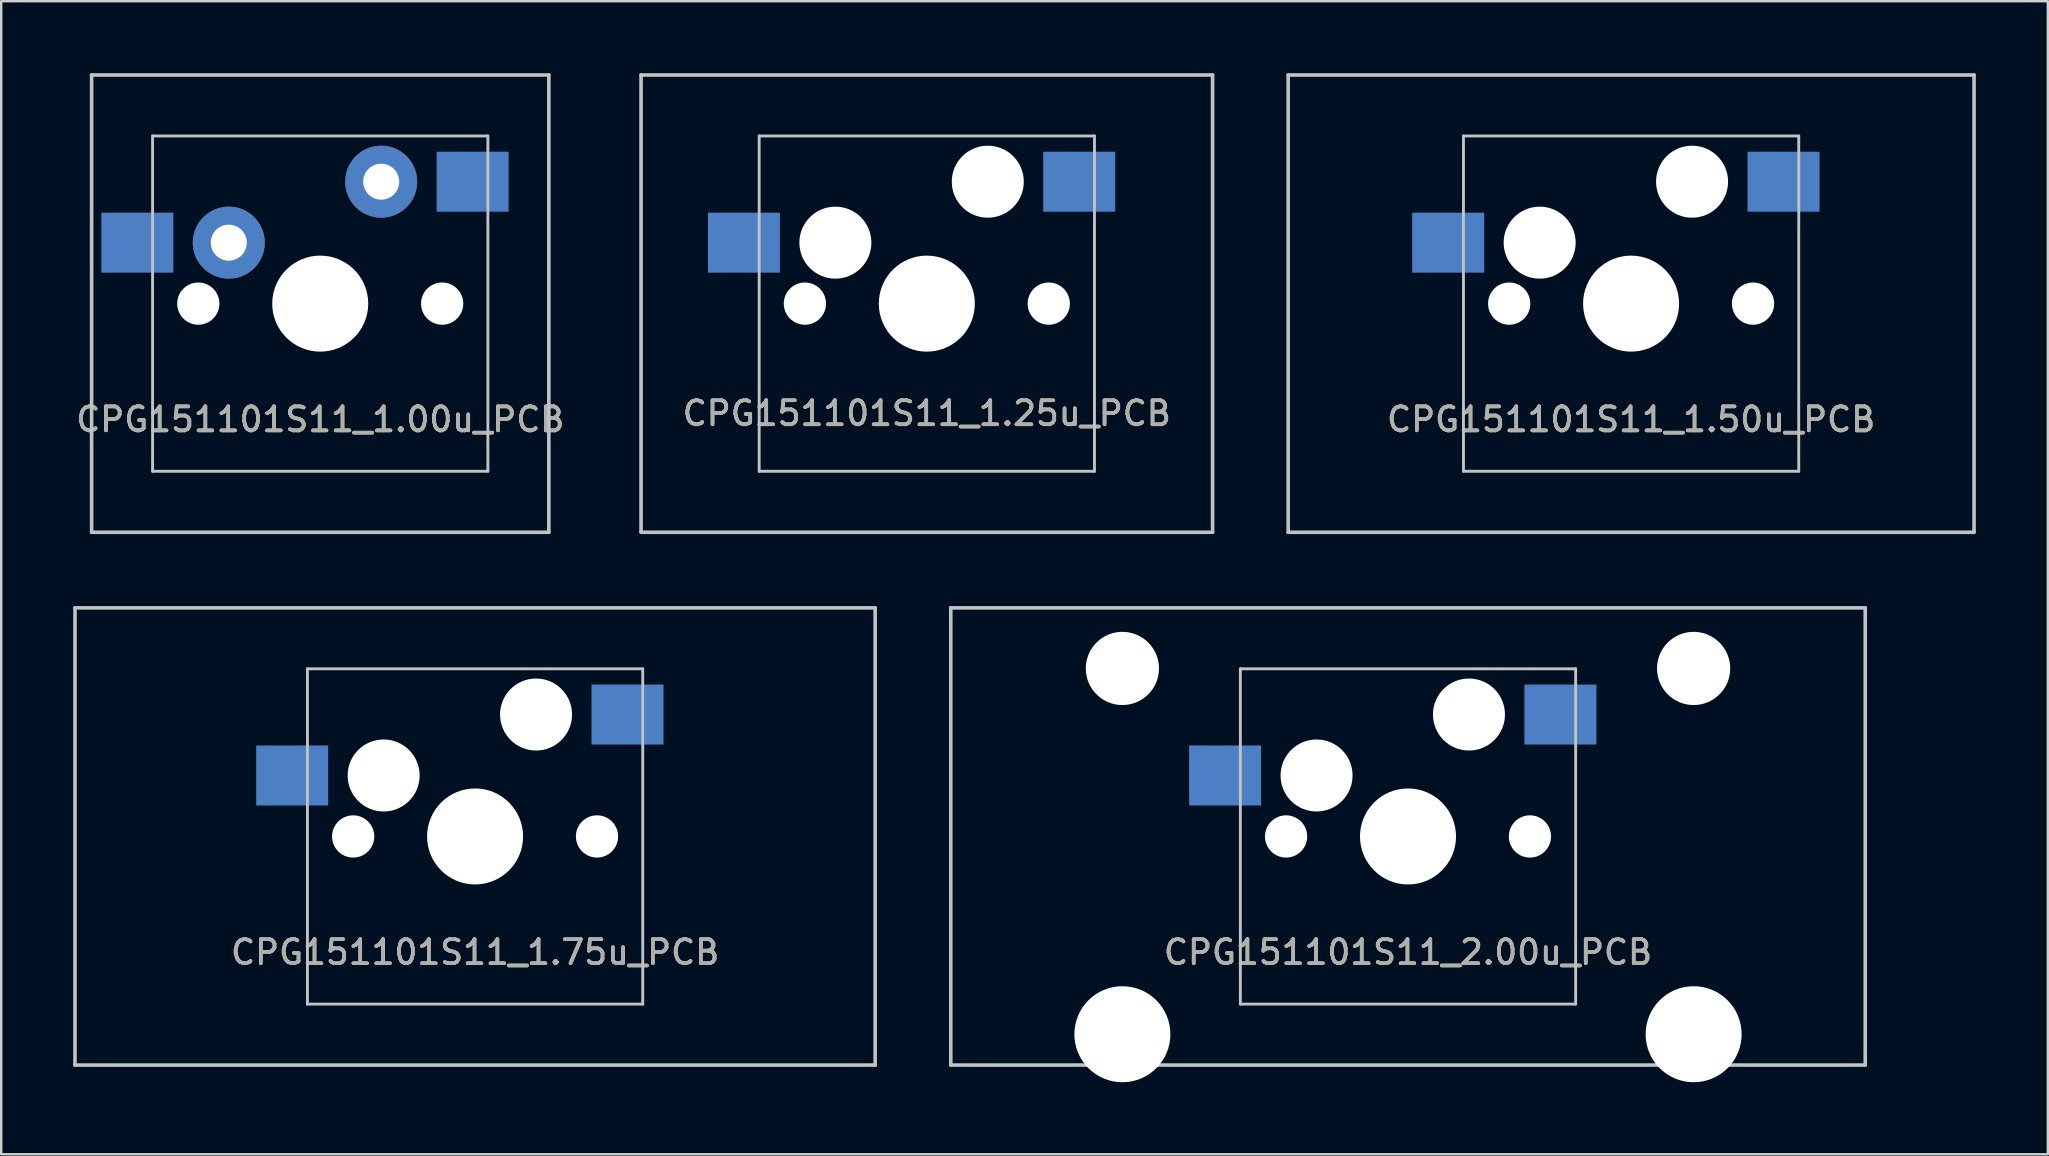
<source format=kicad_pcb>
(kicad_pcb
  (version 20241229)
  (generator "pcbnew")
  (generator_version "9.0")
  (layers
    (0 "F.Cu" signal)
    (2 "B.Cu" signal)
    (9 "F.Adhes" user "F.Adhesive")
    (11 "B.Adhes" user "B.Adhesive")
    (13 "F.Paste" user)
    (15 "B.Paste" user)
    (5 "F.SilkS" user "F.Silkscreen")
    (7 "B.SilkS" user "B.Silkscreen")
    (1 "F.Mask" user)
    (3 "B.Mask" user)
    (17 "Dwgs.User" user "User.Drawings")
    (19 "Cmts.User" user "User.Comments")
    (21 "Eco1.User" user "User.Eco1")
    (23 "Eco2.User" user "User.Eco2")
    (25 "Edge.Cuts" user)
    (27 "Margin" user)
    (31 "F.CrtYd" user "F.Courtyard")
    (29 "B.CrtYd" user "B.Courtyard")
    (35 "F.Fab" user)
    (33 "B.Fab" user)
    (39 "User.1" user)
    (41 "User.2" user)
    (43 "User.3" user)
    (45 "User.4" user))
  (footprint "CPG151101S11_1.25u_PCB"
    (layer "F.Cu")
    (at 38.105 4.52)
    (property "Reference" "CPG151101S11_1.25u_PCB" (at -2.54 9.652 0) (layer "F.SilkS") (effects (font (size 1 1) (thickness 0.15))))
    (attr through_hole)
    (fp_line (start -14.446 -4.445) (end 9.366 -4.445) (stroke (width 0.15) (type solid)) (layer "Dwgs.User"))
    (fp_line (start -14.446 14.605) (end -14.446 -4.445) (stroke (width 0.15) (type solid)) (layer "Dwgs.User"))
    (fp_line (start -9.525 -1.905) (end 4.445 -1.905) (stroke (width 0.12) (type solid)) (layer "Dwgs.User"))
    (fp_line (start -9.525 12.065) (end -9.525 -1.905) (stroke (width 0.12) (type solid)) (layer "Dwgs.User"))
    (fp_line (start 4.445 -1.905) (end 4.445 12.065) (stroke (width 0.12) (type solid)) (layer "Dwgs.User"))
    (fp_line (start 4.445 12.065) (end -9.525 12.065) (stroke (width 0.12) (type solid)) (layer "Dwgs.User"))
    (fp_line (start 9.366 -4.445) (end 9.366 14.605) (stroke (width 0.15) (type solid)) (layer "Dwgs.User"))
    (fp_line (start 9.366 14.605) (end -14.446 14.605) (stroke (width 0.15) (type solid)) (layer "Dwgs.User"))
    (fp_text user "${REFERENCE}" (at -2.54 9.652 0) (layer "F.Fab") (effects (font (size 1 1) (thickness 0.15))))
    (pad "" np_thru_hole circle (at -7.62 5.08) (size 1.76 1.76) (drill 1.76) (layers "*.Cu" "*.Mask"))
    (pad "" np_thru_hole circle (at -6.35 2.54) (size 3 3) (drill 3) (layers "*.Cu" "*.Mask"))
    (pad "" np_thru_hole circle (at -2.54 5.08) (size 4 4) (drill 4) (layers "*.Cu" "*.Mask"))
    (pad "" np_thru_hole circle (at 0 0) (size 3 3) (drill 3) (layers "*.Cu" "*.Mask"))
    (pad "" np_thru_hole circle (at 2.54 5.08) (size 1.76 1.76) (drill 1.76) (layers "*.Cu" "*.Mask"))
    (pad "1" smd rect (at 3.81 0) (size 3 2.5) (layers "B.Cu" "B.Mask" "B.Paste"))
    (pad "2" smd rect (at -10.16 2.54) (size 3 2.5) (layers "B.Cu" "B.Mask" "B.Paste")))
  (footprint "CPG151101S11_1.50u_PCB"
    (layer "F.Cu")
    (at 67.448 4.52)
    (property "Reference" "CPG151101S11_1.50u_PCB" (at -2.54 9.906 0) (layer "F.SilkS") (effects (font (size 1 1) (thickness 0.15))))
    (attr through_hole)
    (fp_line (start -16.828 -4.445) (end 11.748 -4.445) (stroke (width 0.15) (type solid)) (layer "Dwgs.User"))
    (fp_line (start -16.828 14.605) (end -16.828 -4.445) (stroke (width 0.15) (type solid)) (layer "Dwgs.User"))
    (fp_line (start -9.525 -1.905) (end 4.445 -1.905) (stroke (width 0.12) (type solid)) (layer "Dwgs.User"))
    (fp_line (start -9.525 12.065) (end -9.525 -1.905) (stroke (width 0.12) (type solid)) (layer "Dwgs.User"))
    (fp_line (start 4.445 -1.905) (end 4.445 12.065) (stroke (width 0.12) (type solid)) (layer "Dwgs.User"))
    (fp_line (start 4.445 12.065) (end -9.525 12.065) (stroke (width 0.12) (type solid)) (layer "Dwgs.User"))
    (fp_line (start 11.748 -4.445) (end 11.748 14.605) (stroke (width 0.15) (type solid)) (layer "Dwgs.User"))
    (fp_line (start 11.748 14.605) (end -16.828 14.605) (stroke (width 0.15) (type solid)) (layer "Dwgs.User"))
    (fp_text user "${REFERENCE}" (at -2.54 9.906 0) (layer "F.Fab") (effects (font (size 1 1) (thickness 0.15))))
    (pad "" np_thru_hole circle (at -7.62 5.08) (size 1.76 1.76) (drill 1.76) (layers "*.Cu" "*.Mask"))
    (pad "" np_thru_hole circle (at -6.35 2.54) (size 3 3) (drill 3) (layers "*.Cu" "*.Mask"))
    (pad "" np_thru_hole circle (at -2.54 5.08) (size 4 4) (drill 4) (layers "*.Cu" "*.Mask"))
    (pad "" np_thru_hole circle (at 0 0) (size 3 3) (drill 3) (layers "*.Cu" "*.Mask"))
    (pad "" np_thru_hole circle (at 2.54 5.08) (size 1.76 1.76) (drill 1.76) (layers "*.Cu" "*.Mask"))
    (pad "1" smd rect (at 3.81 0) (size 3 2.5) (layers "B.Cu" "B.Mask" "B.Paste"))
    (pad "2" smd rect (at -10.16 2.54) (size 3 2.5) (layers "B.Cu" "B.Mask" "B.Paste")))
  (footprint "CPG151101S11_2.00u_PCB"
    (layer "F.Cu")
    (at 58.153 26.72)
    (property "Reference" "CPG151101S11_2.00u_PCB" (at -2.54 9.906 0) (layer "F.SilkS") (effects (font (size 1 1) (thickness 0.15))))
    (attr through_hole)
    (fp_line (start -21.59 -4.445) (end 16.51 -4.445) (stroke (width 0.15) (type solid)) (layer "Dwgs.User"))
    (fp_line (start -21.59 14.605) (end -21.59 -4.445) (stroke (width 0.15) (type solid)) (layer "Dwgs.User"))
    (fp_line (start -9.525 -1.905) (end 4.445 -1.905) (stroke (width 0.12) (type solid)) (layer "Dwgs.User"))
    (fp_line (start -9.525 12.065) (end -9.525 -1.905) (stroke (width 0.12) (type solid)) (layer "Dwgs.User"))
    (fp_line (start 4.445 -1.905) (end 4.445 12.065) (stroke (width 0.12) (type solid)) (layer "Dwgs.User"))
    (fp_line (start 4.445 12.065) (end -9.525 12.065) (stroke (width 0.12) (type solid)) (layer "Dwgs.User"))
    (fp_line (start 16.51 -4.445) (end 16.51 14.605) (stroke (width 0.15) (type solid)) (layer "Dwgs.User"))
    (fp_line (start 16.51 14.605) (end -21.59 14.605) (stroke (width 0.15) (type solid)) (layer "Dwgs.User"))
    (fp_text user "${REFERENCE}" (at -2.54 9.906 0) (layer "F.Fab") (effects (font (size 1 1) (thickness 0.15))))
    (pad "" np_thru_hole circle (at -14.44 -1.92) (size 3.05 3.05) (drill 3.05) (layers "*.Cu" "*.Mask"))
    (pad "" np_thru_hole circle (at -14.44 13.32) (size 4 4) (drill 4) (layers "*.Cu" "*.Mask"))
    (pad "" np_thru_hole circle (at -7.62 5.08) (size 1.76 1.76) (drill 1.76) (layers "*.Cu" "*.Mask"))
    (pad "" np_thru_hole circle (at -6.35 2.54) (size 3 3) (drill 3) (layers "*.Cu" "*.Mask"))
    (pad "" np_thru_hole circle (at -2.54 5.08) (size 4 4) (drill 4) (layers "*.Cu" "*.Mask"))
    (pad "" np_thru_hole circle (at 0 0) (size 3 3) (drill 3) (layers "*.Cu" "*.Mask"))
    (pad "" np_thru_hole circle (at 2.54 5.08) (size 1.76 1.76) (drill 1.76) (layers "*.Cu" "*.Mask"))
    (pad "" np_thru_hole circle (at 9.36 -1.92) (size 3.05 3.05) (drill 3.05) (layers "*.Cu" "*.Mask"))
    (pad "" np_thru_hole circle (at 9.36 13.32) (size 4 4) (drill 4) (layers "*.Cu" "*.Mask"))
    (pad "1" smd rect (at 3.81 0) (size 3 2.5) (layers "B.Cu" "B.Mask" "B.Paste"))
    (pad "2" smd rect (at -10.16 2.54) (size 3 2.5) (layers "B.Cu" "B.Mask" "B.Paste")))
  (footprint "CPG151101S11_1.75u_PCB"
    (layer "F.Cu")
    (at 19.284 26.72)
    (property "Reference" "CPG151101S11_1.75u_PCB" (at -2.54 9.906 0) (layer "F.SilkS") (effects (font (size 1 1) (thickness 0.15))))
    (attr through_hole)
    (fp_line (start -19.209 -4.445) (end 14.129 -4.445) (stroke (width 0.15) (type solid)) (layer "Dwgs.User"))
    (fp_line (start -19.209 14.605) (end -19.209 -4.445) (stroke (width 0.15) (type solid)) (layer "Dwgs.User"))
    (fp_line (start -9.525 -1.905) (end 4.445 -1.905) (stroke (width 0.12) (type solid)) (layer "Dwgs.User"))
    (fp_line (start -9.525 12.065) (end -9.525 -1.905) (stroke (width 0.12) (type solid)) (layer "Dwgs.User"))
    (fp_line (start 4.445 -1.905) (end 4.445 12.065) (stroke (width 0.12) (type solid)) (layer "Dwgs.User"))
    (fp_line (start 4.445 12.065) (end -9.525 12.065) (stroke (width 0.12) (type solid)) (layer "Dwgs.User"))
    (fp_line (start 14.129 -4.445) (end 14.129 14.605) (stroke (width 0.15) (type solid)) (layer "Dwgs.User"))
    (fp_line (start 14.129 14.605) (end -19.209 14.605) (stroke (width 0.15) (type solid)) (layer "Dwgs.User"))
    (fp_text user "${REFERENCE}" (at -2.54 9.906 0) (layer "F.Fab") (effects (font (size 1 1) (thickness 0.15))))
    (pad "" np_thru_hole circle (at -7.62 5.08) (size 1.76 1.76) (drill 1.76) (layers "*.Cu" "*.Mask"))
    (pad "" np_thru_hole circle (at -6.35 2.54) (size 3 3) (drill 3) (layers "*.Cu" "*.Mask"))
    (pad "" np_thru_hole circle (at -2.54 5.08) (size 4 4) (drill 4) (layers "*.Cu" "*.Mask"))
    (pad "" np_thru_hole circle (at 0 0) (size 3 3) (drill 3) (layers "*.Cu" "*.Mask"))
    (pad "" np_thru_hole circle (at 2.54 5.08) (size 1.76 1.76) (drill 1.76) (layers "*.Cu" "*.Mask"))
    (pad "1" smd rect (at 3.81 0) (size 3 2.5) (layers "B.Cu" "B.Mask" "B.Paste"))
    (pad "2" smd rect (at -10.16 2.54) (size 3 2.5) (layers "B.Cu" "B.Mask" "B.Paste")))
  (footprint "CPG151101S11_1.00u_PCB"
    (layer "F.Cu")
    (at 12.832 4.52)
    (property "Reference" "CPG151101S11_1.00u_PCB" (at -2.54 9.906 0) (layer "F.SilkS") (effects (font (size 1 1) (thickness 0.15))))
    (attr through_hole)
    (fp_line (start -12.065 -4.445) (end 6.985 -4.445) (stroke (width 0.15) (type solid)) (layer "Dwgs.User"))
    (fp_line (start -12.065 14.605) (end -12.065 -4.445) (stroke (width 0.15) (type solid)) (layer "Dwgs.User"))
    (fp_line (start -9.525 -1.905) (end 4.445 -1.905) (stroke (width 0.12) (type solid)) (layer "Dwgs.User"))
    (fp_line (start -9.525 12.065) (end -9.525 -1.905) (stroke (width 0.12) (type solid)) (layer "Dwgs.User"))
    (fp_line (start 4.445 -1.905) (end 4.445 12.065) (stroke (width 0.12) (type solid)) (layer "Dwgs.User"))
    (fp_line (start 4.445 12.065) (end -9.525 12.065) (stroke (width 0.12) (type solid)) (layer "Dwgs.User"))
    (fp_line (start 6.985 -4.445) (end 6.985 14.605) (stroke (width 0.15) (type solid)) (layer "Dwgs.User"))
    (fp_line (start 6.985 14.605) (end -12.065 14.605) (stroke (width 0.15) (type solid)) (layer "Dwgs.User"))
    (fp_text user "${REFERENCE}" (at -2.54 9.906 0) (layer "F.Fab") (effects (font (size 1 1) (thickness 0.15))))
    (pad "" np_thru_hole circle (at -7.62 5.08) (size 1.76 1.76) (drill 1.76) (layers "*.Cu" "*.Mask"))
    (pad "" np_thru_hole circle (at -6.35 2.54) (size 3 3) (drill 1.5) (layers "*.Cu" "*.Mask"))
    (pad "" np_thru_hole circle (at -2.54 5.08) (size 4 4) (drill 4) (layers "*.Cu" "*.Mask"))
    (pad "" np_thru_hole circle (at 0 0) (size 3 3) (drill 1.5) (layers "*.Cu" "*.Mask"))
    (pad "" np_thru_hole circle (at 2.54 5.08) (size 1.76 1.76) (drill 1.76) (layers "*.Cu" "*.Mask"))
    (pad "1" smd rect (at 3.81 0) (size 3 2.5) (layers "B.Cu" "B.Mask" "B.Paste"))
    (pad "2" smd rect (at -10.16 2.54) (size 3 2.5) (layers "B.Cu" "B.Mask" "B.Paste")))
  (gr_rect
    (start -3 -3)
    (end 82.271 45.04)
    (stroke (width 0.1) (type default))
    (fill no)
    (layer "Edge.Cuts")))
</source>
